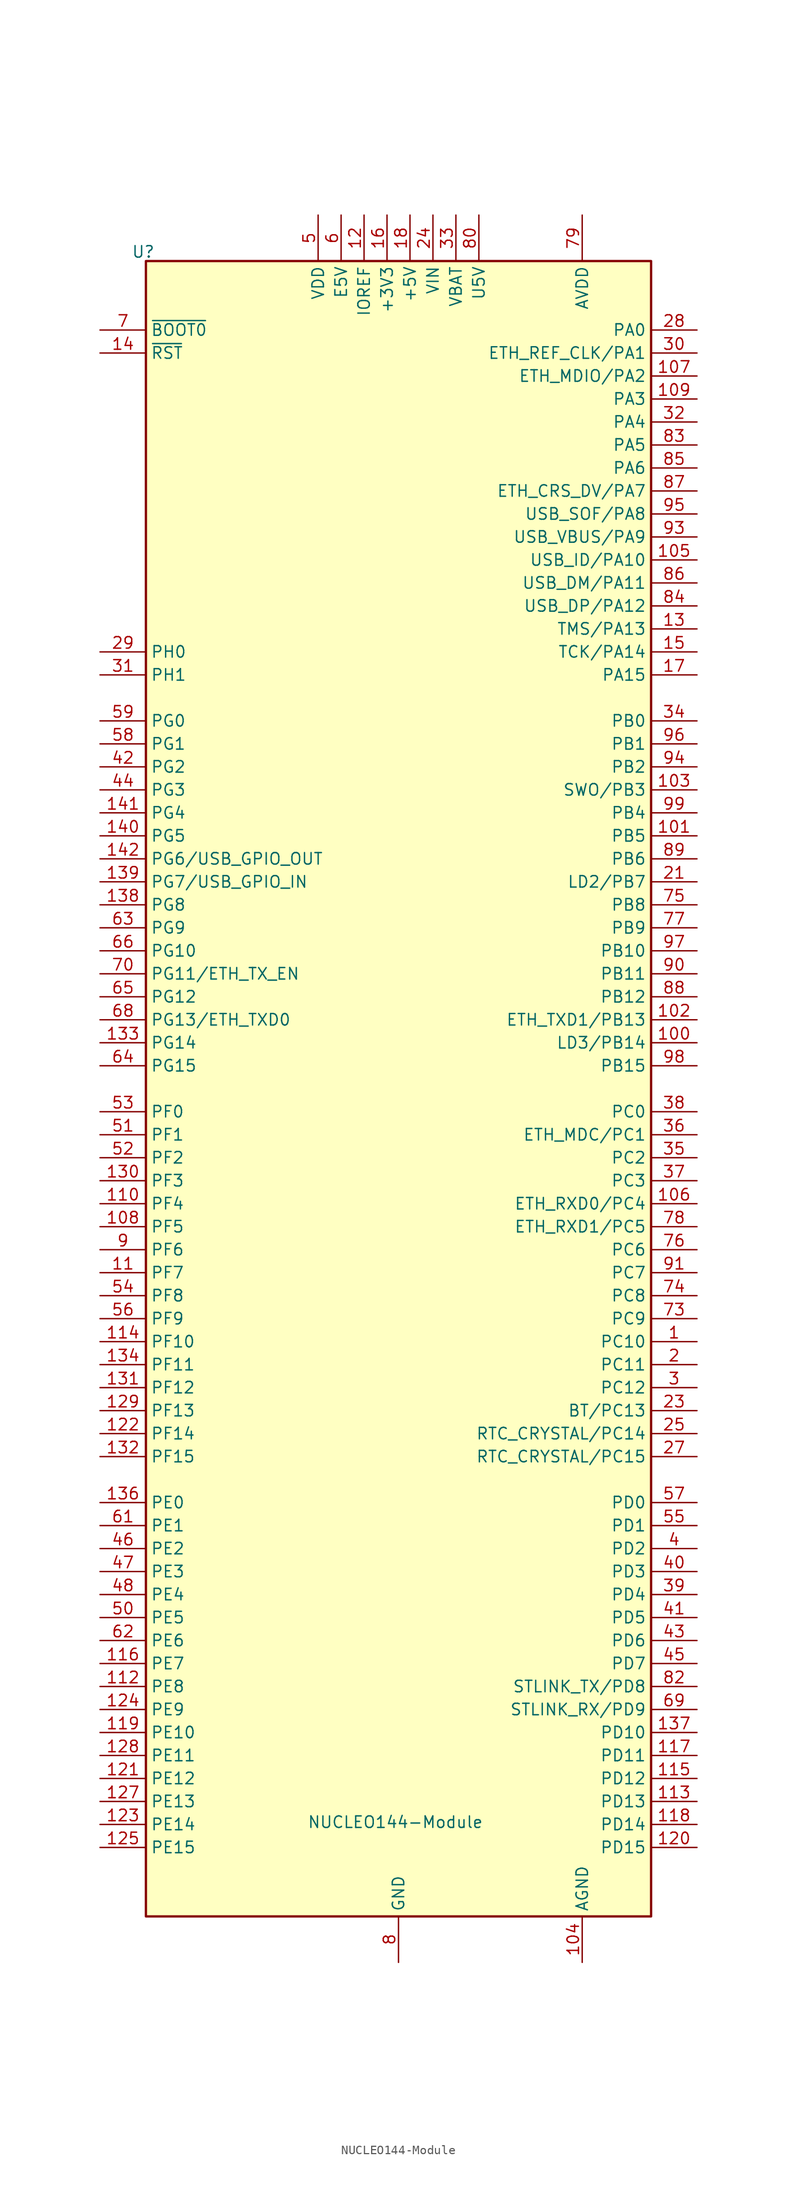
<source format=kicad_sym>
(kicad_symbol_lib
  (version 20241209)
  (generator "kicad_symbol_editor")
  (generator_version "9.0")
  (symbol "NUCLEO144-Module"
    (property "Reference" "U"
      (at -26.924 92.456 0)
      (effects (font (size 1.27 1.27)) (justify right)))
    (property "Value" "NUCLEO144-Module"
      (at 9.398 -81.026 0)
      (effects (font (size 1.27 1.27)) (justify right)))
    (symbol "NUCLEO144-Module_0_1"
      (rectangle (start -27.94 91.44) (end 27.94 -91.44) (stroke (width 0.254) (type default)) (fill (type background))))
    (symbol "NUCLEO144-Module_1_1"
      (pin input line (at -33.02 83.82 0) (length 5.08) (name "~{BOOT0}" (effects (font (size 1.27 1.27)))) (number "7" (effects (font (size 1.27 1.27)))))
      (pin input line (at -33.02 81.28 0) (length 5.08) (name "~{RST}" (effects (font (size 1.27 1.27)))) (number "14" (effects (font (size 1.27 1.27)))))
      (pin bidirectional line (at -33.02 48.26 0) (length 5.08) (name "PH0" (effects (font (size 1.27 1.27)))) (number "29" (effects (font (size 1.27 1.27)))))
      (pin bidirectional line (at -33.02 45.72 0) (length 5.08) (name "PH1" (effects (font (size 1.27 1.27)))) (number "31" (effects (font (size 1.27 1.27)))))
      (pin bidirectional line (at -33.02 40.64 0) (length 5.08) (name "PG0" (effects (font (size 1.27 1.27)))) (number "59" (effects (font (size 1.27 1.27)))))
      (pin bidirectional line (at -33.02 38.1 0) (length 5.08) (name "PG1" (effects (font (size 1.27 1.27)))) (number "58" (effects (font (size 1.27 1.27)))))
      (pin bidirectional line (at -33.02 35.56 0) (length 5.08) (name "PG2" (effects (font (size 1.27 1.27)))) (number "42" (effects (font (size 1.27 1.27)))))
      (pin bidirectional line (at -33.02 33.02 0) (length 5.08) (name "PG3" (effects (font (size 1.27 1.27)))) (number "44" (effects (font (size 1.27 1.27)))))
      (pin bidirectional line (at -33.02 30.48 0) (length 5.08) (name "PG4" (effects (font (size 1.27 1.27)))) (number "141" (effects (font (size 1.27 1.27)))))
      (pin bidirectional line (at -33.02 27.94 0) (length 5.08) (name "PG5" (effects (font (size 1.27 1.27)))) (number "140" (effects (font (size 1.27 1.27)))))
      (pin bidirectional line (at -33.02 25.4 0) (length 5.08) (name "PG6/USB_GPIO_OUT" (effects (font (size 1.27 1.27)))) (number "142" (effects (font (size 1.27 1.27)))))
      (pin bidirectional line (at -33.02 22.86 0) (length 5.08) (name "PG7/USB_GPIO_IN" (effects (font (size 1.27 1.27)))) (number "139" (effects (font (size 1.27 1.27)))))
      (pin bidirectional line (at -33.02 20.32 0) (length 5.08) (name "PG8" (effects (font (size 1.27 1.27)))) (number "138" (effects (font (size 1.27 1.27)))))
      (pin bidirectional line (at -33.02 17.78 0) (length 5.08) (name "PG9" (effects (font (size 1.27 1.27)))) (number "63" (effects (font (size 1.27 1.27)))))
      (pin bidirectional line (at -33.02 15.24 0) (length 5.08) (name "PG10" (effects (font (size 1.27 1.27)))) (number "66" (effects (font (size 1.27 1.27)))))
      (pin bidirectional line (at -33.02 12.7 0) (length 5.08) (name "PG11/ETH_TX_EN" (effects (font (size 1.27 1.27)))) (number "70" (effects (font (size 1.27 1.27)))))
      (pin bidirectional line (at -33.02 10.16 0) (length 5.08) (name "PG12" (effects (font (size 1.27 1.27)))) (number "65" (effects (font (size 1.27 1.27)))))
      (pin bidirectional line (at -33.02 7.62 0) (length 5.08) (name "PG13/ETH_TXD0" (effects (font (size 1.27 1.27)))) (number "68" (effects (font (size 1.27 1.27)))))
      (pin bidirectional line (at -33.02 5.08 0) (length 5.08) (name "PG14" (effects (font (size 1.27 1.27)))) (number "133" (effects (font (size 1.27 1.27)))))
      (pin bidirectional line (at -33.02 2.54 0) (length 5.08) (name "PG15" (effects (font (size 1.27 1.27)))) (number "64" (effects (font (size 1.27 1.27)))))
      (pin bidirectional line (at -33.02 -2.54 0) (length 5.08) (name "PF0" (effects (font (size 1.27 1.27)))) (number "53" (effects (font (size 1.27 1.27)))))
      (pin bidirectional line (at -33.02 -5.08 0) (length 5.08) (name "PF1" (effects (font (size 1.27 1.27)))) (number "51" (effects (font (size 1.27 1.27)))))
      (pin bidirectional line (at -33.02 -7.62 0) (length 5.08) (name "PF2" (effects (font (size 1.27 1.27)))) (number "52" (effects (font (size 1.27 1.27)))))
      (pin bidirectional line (at -33.02 -10.16 0) (length 5.08) (name "PF3" (effects (font (size 1.27 1.27)))) (number "130" (effects (font (size 1.27 1.27)))))
      (pin bidirectional line (at -33.02 -12.7 0) (length 5.08) (name "PF4" (effects (font (size 1.27 1.27)))) (number "110" (effects (font (size 1.27 1.27)))))
      (pin bidirectional line (at -33.02 -15.24 0) (length 5.08) (name "PF5" (effects (font (size 1.27 1.27)))) (number "108" (effects (font (size 1.27 1.27)))))
      (pin bidirectional line (at -33.02 -17.78 0) (length 5.08) (name "PF6" (effects (font (size 1.27 1.27)))) (number "9" (effects (font (size 1.27 1.27)))))
      (pin bidirectional line (at -33.02 -20.32 0) (length 5.08) (name "PF7" (effects (font (size 1.27 1.27)))) (number "11" (effects (font (size 1.27 1.27)))))
      (pin bidirectional line (at -33.02 -22.86 0) (length 5.08) (name "PF8" (effects (font (size 1.27 1.27)))) (number "54" (effects (font (size 1.27 1.27)))))
      (pin bidirectional line (at -33.02 -25.4 0) (length 5.08) (name "PF9" (effects (font (size 1.27 1.27)))) (number "56" (effects (font (size 1.27 1.27)))))
      (pin bidirectional line (at -33.02 -27.94 0) (length 5.08) (name "PF10" (effects (font (size 1.27 1.27)))) (number "114" (effects (font (size 1.27 1.27)))))
      (pin bidirectional line (at -33.02 -30.48 0) (length 5.08) (name "PF11" (effects (font (size 1.27 1.27)))) (number "134" (effects (font (size 1.27 1.27)))))
      (pin bidirectional line (at -33.02 -33.02 0) (length 5.08) (name "PF12" (effects (font (size 1.27 1.27)))) (number "131" (effects (font (size 1.27 1.27)))))
      (pin bidirectional line (at -33.02 -35.56 0) (length 5.08) (name "PF13" (effects (font (size 1.27 1.27)))) (number "129" (effects (font (size 1.27 1.27)))))
      (pin bidirectional line (at -33.02 -38.1 0) (length 5.08) (name "PF14" (effects (font (size 1.27 1.27)))) (number "122" (effects (font (size 1.27 1.27)))))
      (pin bidirectional line (at -33.02 -40.64 0) (length 5.08) (name "PF15" (effects (font (size 1.27 1.27)))) (number "132" (effects (font (size 1.27 1.27)))))
      (pin bidirectional line (at -33.02 -45.72 0) (length 5.08) (name "PE0" (effects (font (size 1.27 1.27)))) (number "136" (effects (font (size 1.27 1.27)))))
      (pin bidirectional line (at -33.02 -48.26 0) (length 5.08) (name "PE1" (effects (font (size 1.27 1.27)))) (number "61" (effects (font (size 1.27 1.27)))))
      (pin bidirectional line (at -33.02 -50.8 0) (length 5.08) (name "PE2" (effects (font (size 1.27 1.27)))) (number "46" (effects (font (size 1.27 1.27)))))
      (pin bidirectional line (at -33.02 -53.34 0) (length 5.08) (name "PE3" (effects (font (size 1.27 1.27)))) (number "47" (effects (font (size 1.27 1.27)))))
      (pin bidirectional line (at -33.02 -55.88 0) (length 5.08) (name "PE4" (effects (font (size 1.27 1.27)))) (number "48" (effects (font (size 1.27 1.27)))))
      (pin bidirectional line (at -33.02 -58.42 0) (length 5.08) (name "PE5" (effects (font (size 1.27 1.27)))) (number "50" (effects (font (size 1.27 1.27)))))
      (pin bidirectional line (at -33.02 -60.96 0) (length 5.08) (name "PE6" (effects (font (size 1.27 1.27)))) (number "62" (effects (font (size 1.27 1.27)))))
      (pin bidirectional line (at -33.02 -63.5 0) (length 5.08) (name "PE7" (effects (font (size 1.27 1.27)))) (number "116" (effects (font (size 1.27 1.27)))))
      (pin bidirectional line (at -33.02 -66.04 0) (length 5.08) (name "PE8" (effects (font (size 1.27 1.27)))) (number "112" (effects (font (size 1.27 1.27)))))
      (pin bidirectional line (at -33.02 -68.58 0) (length 5.08) (name "PE9" (effects (font (size 1.27 1.27)))) (number "124" (effects (font (size 1.27 1.27)))))
      (pin bidirectional line (at -33.02 -71.12 0) (length 5.08) (name "PE10" (effects (font (size 1.27 1.27)))) (number "119" (effects (font (size 1.27 1.27)))))
      (pin bidirectional line (at -33.02 -73.66 0) (length 5.08) (name "PE11" (effects (font (size 1.27 1.27)))) (number "128" (effects (font (size 1.27 1.27)))))
      (pin bidirectional line (at -33.02 -76.2 0) (length 5.08) (name "PE12" (effects (font (size 1.27 1.27)))) (number "121" (effects (font (size 1.27 1.27)))))
      (pin bidirectional line (at -33.02 -78.74 0) (length 5.08) (name "PE13" (effects (font (size 1.27 1.27)))) (number "127" (effects (font (size 1.27 1.27)))))
      (pin bidirectional line (at -33.02 -81.28 0) (length 5.08) (name "PE14" (effects (font (size 1.27 1.27)))) (number "123" (effects (font (size 1.27 1.27)))))
      (pin bidirectional line (at -33.02 -83.82 0) (length 5.08) (name "PE15" (effects (font (size 1.27 1.27)))) (number "125" (effects (font (size 1.27 1.27)))))
      (pin no_connect line (at -27.94 58.42 0) (length 5.08) (hide yes) (name "NC" (effects (font (size 1.27 1.27)))) (number "26" (effects (font (size 1.27 1.27)))))
      (pin no_connect line (at -27.94 55.88 0) (length 5.08) (hide yes) (name "NC" (effects (font (size 1.27 1.27)))) (number "10" (effects (font (size 1.27 1.27)))))
      (pin no_connect line (at -27.94 53.34 0) (length 5.08) (hide yes) (name "NC" (effects (font (size 1.27 1.27)))) (number "67" (effects (font (size 1.27 1.27)))))
      (pin power_in line (at -8.89 96.52 270) (length 5.08) (name "VDD" (effects (font (size 1.27 1.27)))) (number "5" (effects (font (size 1.27 1.27)))))
      (pin power_in line (at -6.35 96.52 270) (length 5.08) (name "E5V" (effects (font (size 1.27 1.27)))) (number "6" (effects (font (size 1.27 1.27)))))
      (pin power_in line (at -3.81 96.52 270) (length 5.08) (name "IOREF" (effects (font (size 1.27 1.27)))) (number "12" (effects (font (size 1.27 1.27)))))
      (pin power_in line (at -1.27 96.52 270) (length 5.08) (name "+3V3" (effects (font (size 1.27 1.27)))) (number "16" (effects (font (size 1.27 1.27)))))
      (pin power_in line (at 0 -96.52 90) (length 5.08) (hide yes) (name "GND" (effects (font (size 1.27 1.27)))) (number "111" (effects (font (size 1.27 1.27)))))
      (pin power_in line (at 0 -96.52 90) (length 5.08) (hide yes) (name "GND" (effects (font (size 1.27 1.27)))) (number "126" (effects (font (size 1.27 1.27)))))
      (pin power_in line (at 0 -96.52 90) (length 5.08) (hide yes) (name "GND" (effects (font (size 1.27 1.27)))) (number "135" (effects (font (size 1.27 1.27)))))
      (pin power_in line (at 0 -96.52 90) (length 5.08) (hide yes) (name "GND" (effects (font (size 1.27 1.27)))) (number "143" (effects (font (size 1.27 1.27)))))
      (pin power_in line (at 0 -96.52 90) (length 5.08) (hide yes) (name "GND" (effects (font (size 1.27 1.27)))) (number "144" (effects (font (size 1.27 1.27)))))
      (pin power_in line (at 0 -96.52 90) (length 5.08) (hide yes) (name "GND" (effects (font (size 1.27 1.27)))) (number "19" (effects (font (size 1.27 1.27)))))
      (pin power_in line (at 0 -96.52 90) (length 5.08) (hide yes) (name "GND" (effects (font (size 1.27 1.27)))) (number "20" (effects (font (size 1.27 1.27)))))
      (pin power_in line (at 0 -96.52 90) (length 5.08) (hide yes) (name "GND" (effects (font (size 1.27 1.27)))) (number "22" (effects (font (size 1.27 1.27)))))
      (pin power_in line (at 0 -96.52 90) (length 5.08) (hide yes) (name "GND" (effects (font (size 1.27 1.27)))) (number "49" (effects (font (size 1.27 1.27)))))
      (pin power_in line (at 0 -96.52 90) (length 5.08) (hide yes) (name "GND" (effects (font (size 1.27 1.27)))) (number "60" (effects (font (size 1.27 1.27)))))
      (pin power_in line (at 0 -96.52 90) (length 5.08) (hide yes) (name "GND" (effects (font (size 1.27 1.27)))) (number "71" (effects (font (size 1.27 1.27)))))
      (pin power_in line (at 0 -96.52 90) (length 5.08) (hide yes) (name "GND" (effects (font (size 1.27 1.27)))) (number "72" (effects (font (size 1.27 1.27)))))
      (pin power_in line (at 0 -96.52 90) (length 5.08) (name "GND" (effects (font (size 1.27 1.27)))) (number "8" (effects (font (size 1.27 1.27)))))
      (pin power_in line (at 0 -96.52 90) (length 5.08) (hide yes) (name "GND" (effects (font (size 1.27 1.27)))) (number "81" (effects (font (size 1.27 1.27)))))
      (pin power_in line (at 0 -96.52 90) (length 5.08) (hide yes) (name "GND" (effects (font (size 1.27 1.27)))) (number "92" (effects (font (size 1.27 1.27)))))
      (pin power_in line (at 1.27 96.52 270) (length 5.08) (name "+5V" (effects (font (size 1.27 1.27)))) (number "18" (effects (font (size 1.27 1.27)))))
      (pin power_in line (at 3.81 96.52 270) (length 5.08) (name "VIN" (effects (font (size 1.27 1.27)))) (number "24" (effects (font (size 1.27 1.27)))))
      (pin power_in line (at 6.35 96.52 270) (length 5.08) (name "VBAT" (effects (font (size 1.27 1.27)))) (number "33" (effects (font (size 1.27 1.27)))))
      (pin power_in line (at 8.89 96.52 270) (length 5.08) (name "U5V" (effects (font (size 1.27 1.27)))) (number "80" (effects (font (size 1.27 1.27)))))
      (pin power_in line (at 20.32 96.52 270) (length 5.08) (name "AVDD" (effects (font (size 1.27 1.27)))) (number "79" (effects (font (size 1.27 1.27)))))
      (pin power_in line (at 20.32 -96.52 90) (length 5.08) (name "AGND" (effects (font (size 1.27 1.27)))) (number "104" (effects (font (size 1.27 1.27)))))
      (pin bidirectional line (at 33.02 83.82 180) (length 5.08) (name "PA0" (effects (font (size 1.27 1.27)))) (number "28" (effects (font (size 1.27 1.27)))))
      (pin bidirectional line (at 33.02 81.28 180) (length 5.08) (name "ETH_REF_CLK/PA1" (effects (font (size 1.27 1.27)))) (number "30" (effects (font (size 1.27 1.27)))))
      (pin bidirectional line (at 33.02 78.74 180) (length 5.08) (name "ETH_MDIO/PA2" (effects (font (size 1.27 1.27)))) (number "107" (effects (font (size 1.27 1.27)))))
      (pin bidirectional line (at 33.02 76.2 180) (length 5.08) (name "PA3" (effects (font (size 1.27 1.27)))) (number "109" (effects (font (size 1.27 1.27)))))
      (pin bidirectional line (at 33.02 73.66 180) (length 5.08) (name "PA4" (effects (font (size 1.27 1.27)))) (number "32" (effects (font (size 1.27 1.27)))))
      (pin bidirectional line (at 33.02 71.12 180) (length 5.08) (name "PA5" (effects (font (size 1.27 1.27)))) (number "83" (effects (font (size 1.27 1.27)))))
      (pin bidirectional line (at 33.02 68.58 180) (length 5.08) (name "PA6" (effects (font (size 1.27 1.27)))) (number "85" (effects (font (size 1.27 1.27)))))
      (pin bidirectional line (at 33.02 66.04 180) (length 5.08) (name "ETH_CRS_DV/PA7" (effects (font (size 1.27 1.27)))) (number "87" (effects (font (size 1.27 1.27)))))
      (pin bidirectional line (at 33.02 63.5 180) (length 5.08) (name "USB_SOF/PA8" (effects (font (size 1.27 1.27)))) (number "95" (effects (font (size 1.27 1.27)))))
      (pin bidirectional line (at 33.02 60.96 180) (length 5.08) (name "USB_VBUS/PA9" (effects (font (size 1.27 1.27)))) (number "93" (effects (font (size 1.27 1.27)))))
      (pin bidirectional line (at 33.02 58.42 180) (length 5.08) (name "USB_ID/PA10" (effects (font (size 1.27 1.27)))) (number "105" (effects (font (size 1.27 1.27)))))
      (pin bidirectional line (at 33.02 55.88 180) (length 5.08) (name "USB_DM/PA11" (effects (font (size 1.27 1.27)))) (number "86" (effects (font (size 1.27 1.27)))))
      (pin bidirectional line (at 33.02 53.34 180) (length 5.08) (name "USB_DP/PA12" (effects (font (size 1.27 1.27)))) (number "84" (effects (font (size 1.27 1.27)))))
      (pin bidirectional line (at 33.02 50.8 180) (length 5.08) (name "TMS/PA13" (effects (font (size 1.27 1.27)))) (number "13" (effects (font (size 1.27 1.27)))))
      (pin bidirectional line (at 33.02 48.26 180) (length 5.08) (name "TCK/PA14" (effects (font (size 1.27 1.27)))) (number "15" (effects (font (size 1.27 1.27)))))
      (pin bidirectional line (at 33.02 45.72 180) (length 5.08) (name "PA15" (effects (font (size 1.27 1.27)))) (number "17" (effects (font (size 1.27 1.27)))))
      (pin bidirectional line (at 33.02 40.64 180) (length 5.08) (name "PB0" (effects (font (size 1.27 1.27)))) (number "34" (effects (font (size 1.27 1.27)))))
      (pin bidirectional line (at 33.02 38.1 180) (length 5.08) (name "PB1" (effects (font (size 1.27 1.27)))) (number "96" (effects (font (size 1.27 1.27)))))
      (pin bidirectional line (at 33.02 35.56 180) (length 5.08) (name "PB2" (effects (font (size 1.27 1.27)))) (number "94" (effects (font (size 1.27 1.27)))))
      (pin bidirectional line (at 33.02 33.02 180) (length 5.08) (name "SWO/PB3" (effects (font (size 1.27 1.27)))) (number "103" (effects (font (size 1.27 1.27)))))
      (pin bidirectional line (at 33.02 30.48 180) (length 5.08) (name "PB4" (effects (font (size 1.27 1.27)))) (number "99" (effects (font (size 1.27 1.27)))))
      (pin bidirectional line (at 33.02 27.94 180) (length 5.08) (name "PB5" (effects (font (size 1.27 1.27)))) (number "101" (effects (font (size 1.27 1.27)))))
      (pin bidirectional line (at 33.02 25.4 180) (length 5.08) (name "PB6" (effects (font (size 1.27 1.27)))) (number "89" (effects (font (size 1.27 1.27)))))
      (pin bidirectional line (at 33.02 22.86 180) (length 5.08) (name "LD2/PB7" (effects (font (size 1.27 1.27)))) (number "21" (effects (font (size 1.27 1.27)))))
      (pin bidirectional line (at 33.02 20.32 180) (length 5.08) (name "PB8" (effects (font (size 1.27 1.27)))) (number "75" (effects (font (size 1.27 1.27)))))
      (pin bidirectional line (at 33.02 17.78 180) (length 5.08) (name "PB9" (effects (font (size 1.27 1.27)))) (number "77" (effects (font (size 1.27 1.27)))))
      (pin bidirectional line (at 33.02 15.24 180) (length 5.08) (name "PB10" (effects (font (size 1.27 1.27)))) (number "97" (effects (font (size 1.27 1.27)))))
      (pin bidirectional line (at 33.02 12.7 180) (length 5.08) (name "PB11" (effects (font (size 1.27 1.27)))) (number "90" (effects (font (size 1.27 1.27)))))
      (pin bidirectional line (at 33.02 10.16 180) (length 5.08) (name "PB12" (effects (font (size 1.27 1.27)))) (number "88" (effects (font (size 1.27 1.27)))))
      (pin bidirectional line (at 33.02 7.62 180) (length 5.08) (name "ETH_TXD1/PB13" (effects (font (size 1.27 1.27)))) (number "102" (effects (font (size 1.27 1.27)))))
      (pin bidirectional line (at 33.02 5.08 180) (length 5.08) (name "LD3/PB14" (effects (font (size 1.27 1.27)))) (number "100" (effects (font (size 1.27 1.27)))))
      (pin bidirectional line (at 33.02 2.54 180) (length 5.08) (name "PB15" (effects (font (size 1.27 1.27)))) (number "98" (effects (font (size 1.27 1.27)))))
      (pin bidirectional line (at 33.02 -2.54 180) (length 5.08) (name "PC0" (effects (font (size 1.27 1.27)))) (number "38" (effects (font (size 1.27 1.27)))))
      (pin bidirectional line (at 33.02 -5.08 180) (length 5.08) (name "ETH_MDC/PC1" (effects (font (size 1.27 1.27)))) (number "36" (effects (font (size 1.27 1.27)))))
      (pin bidirectional line (at 33.02 -7.62 180) (length 5.08) (name "PC2" (effects (font (size 1.27 1.27)))) (number "35" (effects (font (size 1.27 1.27)))))
      (pin bidirectional line (at 33.02 -10.16 180) (length 5.08) (name "PC3" (effects (font (size 1.27 1.27)))) (number "37" (effects (font (size 1.27 1.27)))))
      (pin bidirectional line (at 33.02 -12.7 180) (length 5.08) (name "ETH_RXD0/PC4" (effects (font (size 1.27 1.27)))) (number "106" (effects (font (size 1.27 1.27)))))
      (pin bidirectional line (at 33.02 -15.24 180) (length 5.08) (name "ETH_RXD1/PC5" (effects (font (size 1.27 1.27)))) (number "78" (effects (font (size 1.27 1.27)))))
      (pin bidirectional line (at 33.02 -17.78 180) (length 5.08) (name "PC6" (effects (font (size 1.27 1.27)))) (number "76" (effects (font (size 1.27 1.27)))))
      (pin bidirectional line (at 33.02 -20.32 180) (length 5.08) (name "PC7" (effects (font (size 1.27 1.27)))) (number "91" (effects (font (size 1.27 1.27)))))
      (pin bidirectional line (at 33.02 -22.86 180) (length 5.08) (name "PC8" (effects (font (size 1.27 1.27)))) (number "74" (effects (font (size 1.27 1.27)))))
      (pin bidirectional line (at 33.02 -25.4 180) (length 5.08) (name "PC9" (effects (font (size 1.27 1.27)))) (number "73" (effects (font (size 1.27 1.27)))))
      (pin bidirectional line (at 33.02 -27.94 180) (length 5.08) (name "PC10" (effects (font (size 1.27 1.27)))) (number "1" (effects (font (size 1.27 1.27)))))
      (pin bidirectional line (at 33.02 -30.48 180) (length 5.08) (name "PC11" (effects (font (size 1.27 1.27)))) (number "2" (effects (font (size 1.27 1.27)))))
      (pin bidirectional line (at 33.02 -33.02 180) (length 5.08) (name "PC12" (effects (font (size 1.27 1.27)))) (number "3" (effects (font (size 1.27 1.27)))))
      (pin bidirectional line (at 33.02 -35.56 180) (length 5.08) (name "BT/PC13" (effects (font (size 1.27 1.27)))) (number "23" (effects (font (size 1.27 1.27)))))
      (pin bidirectional line (at 33.02 -38.1 180) (length 5.08) (name "RTC_CRYSTAL/PC14" (effects (font (size 1.27 1.27)))) (number "25" (effects (font (size 1.27 1.27)))))
      (pin bidirectional line (at 33.02 -40.64 180) (length 5.08) (name "RTC_CRYSTAL/PC15" (effects (font (size 1.27 1.27)))) (number "27" (effects (font (size 1.27 1.27)))))
      (pin bidirectional line (at 33.02 -45.72 180) (length 5.08) (name "PD0" (effects (font (size 1.27 1.27)))) (number "57" (effects (font (size 1.27 1.27)))))
      (pin bidirectional line (at 33.02 -48.26 180) (length 5.08) (name "PD1" (effects (font (size 1.27 1.27)))) (number "55" (effects (font (size 1.27 1.27)))))
      (pin bidirectional line (at 33.02 -50.8 180) (length 5.08) (name "PD2" (effects (font (size 1.27 1.27)))) (number "4" (effects (font (size 1.27 1.27)))))
      (pin bidirectional line (at 33.02 -53.34 180) (length 5.08) (name "PD3" (effects (font (size 1.27 1.27)))) (number "40" (effects (font (size 1.27 1.27)))))
      (pin bidirectional line (at 33.02 -55.88 180) (length 5.08) (name "PD4" (effects (font (size 1.27 1.27)))) (number "39" (effects (font (size 1.27 1.27)))))
      (pin bidirectional line (at 33.02 -58.42 180) (length 5.08) (name "PD5" (effects (font (size 1.27 1.27)))) (number "41" (effects (font (size 1.27 1.27)))))
      (pin bidirectional line (at 33.02 -60.96 180) (length 5.08) (name "PD6" (effects (font (size 1.27 1.27)))) (number "43" (effects (font (size 1.27 1.27)))))
      (pin bidirectional line (at 33.02 -63.5 180) (length 5.08) (name "PD7" (effects (font (size 1.27 1.27)))) (number "45" (effects (font (size 1.27 1.27)))))
      (pin bidirectional line (at 33.02 -66.04 180) (length 5.08) (name "STLINK_TX/PD8" (effects (font (size 1.27 1.27)))) (number "82" (effects (font (size 1.27 1.27)))))
      (pin bidirectional line (at 33.02 -68.58 180) (length 5.08) (name "STLINK_RX/PD9" (effects (font (size 1.27 1.27)))) (number "69" (effects (font (size 1.27 1.27)))))
      (pin bidirectional line (at 33.02 -71.12 180) (length 5.08) (name "PD10" (effects (font (size 1.27 1.27)))) (number "137" (effects (font (size 1.27 1.27)))))
      (pin bidirectional line (at 33.02 -73.66 180) (length 5.08) (name "PD11" (effects (font (size 1.27 1.27)))) (number "117" (effects (font (size 1.27 1.27)))))
      (pin bidirectional line (at 33.02 -76.2 180) (length 5.08) (name "PD12" (effects (font (size 1.27 1.27)))) (number "115" (effects (font (size 1.27 1.27)))))
      (pin bidirectional line (at 33.02 -78.74 180) (length 5.08) (name "PD13" (effects (font (size 1.27 1.27)))) (number "113" (effects (font (size 1.27 1.27)))))
      (pin bidirectional line (at 33.02 -81.28 180) (length 5.08) (name "PD14" (effects (font (size 1.27 1.27)))) (number "118" (effects (font (size 1.27 1.27)))))
      (pin bidirectional line (at 33.02 -83.82 180) (length 5.08) (name "PD15" (effects (font (size 1.27 1.27)))) (number "120" (effects (font (size 1.27 1.27))))))))
</source>
